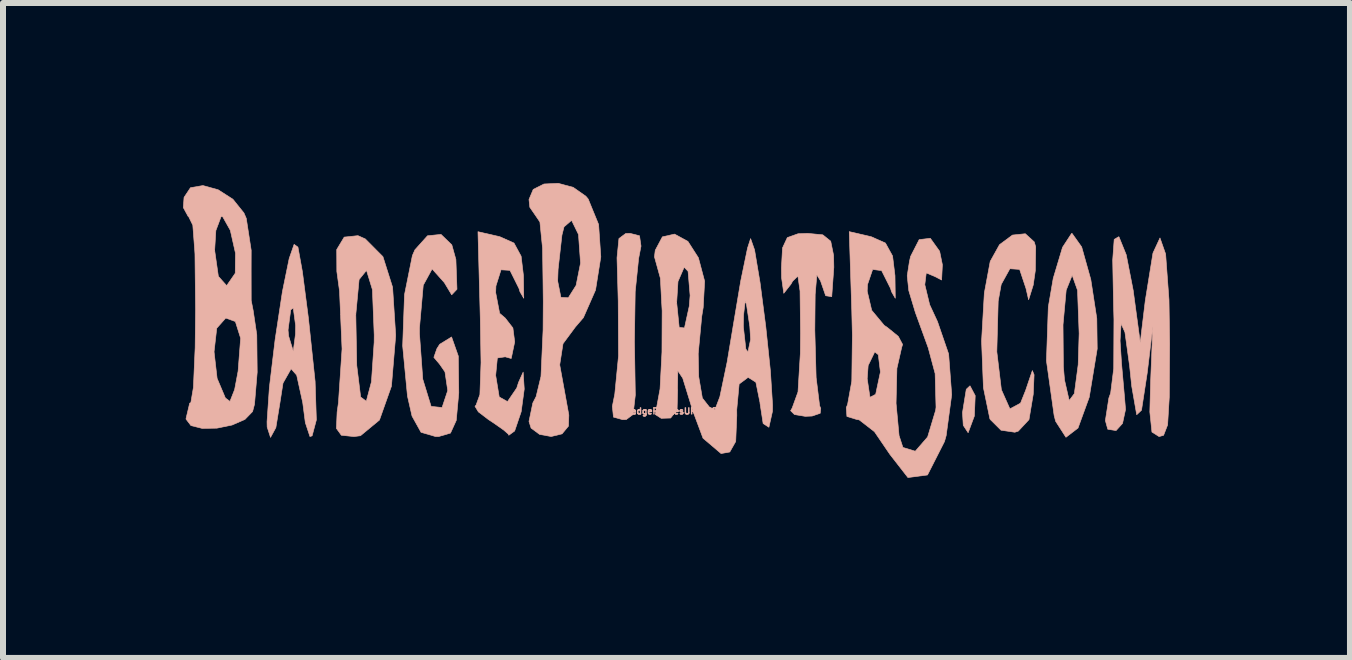
<source format=kicad_pcb>
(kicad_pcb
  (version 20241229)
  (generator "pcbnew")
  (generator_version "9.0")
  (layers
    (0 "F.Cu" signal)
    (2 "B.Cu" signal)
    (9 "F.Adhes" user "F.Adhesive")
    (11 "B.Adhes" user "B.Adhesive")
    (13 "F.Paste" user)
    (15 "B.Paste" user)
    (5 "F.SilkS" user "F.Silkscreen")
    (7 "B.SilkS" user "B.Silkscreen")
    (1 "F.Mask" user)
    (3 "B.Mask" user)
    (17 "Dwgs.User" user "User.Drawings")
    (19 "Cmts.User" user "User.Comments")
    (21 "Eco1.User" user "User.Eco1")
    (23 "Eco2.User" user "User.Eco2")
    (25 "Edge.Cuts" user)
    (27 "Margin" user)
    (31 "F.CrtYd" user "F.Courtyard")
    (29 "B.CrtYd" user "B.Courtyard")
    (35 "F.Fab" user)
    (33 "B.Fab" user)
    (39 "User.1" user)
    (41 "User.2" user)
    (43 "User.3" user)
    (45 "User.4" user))
  (footprint "BadgePiratesURL_BSLK"
    (layer "F.Cu")
    (at 8.226 2.532)
    (property "Reference" "BadgePiratesURL_BSLK" (at 0 1.27 0) (layer "B.SilkS") (effects (font (size 0.1 0.1) (thickness 0.025))))
    (attr through_hole)
    (fp_poly (pts (xy 4.975 1.011) (xy 4.961 1.35) (xy 4.857 1.629) (xy 4.776 1.506) (xy 4.763 1.294) (xy 4.826 0.905) (xy 4.888 0.847) (xy 4.975 1.011)) (stroke (width 0.01) (type solid)) (fill yes) (layer "B.SilkS"))
    (fp_poly (pts (xy -0.619 -1.653) (xy -0.594 -1.481) (xy -0.634 -1.275) (xy -0.691 -0.72) (xy -0.704 0.115) (xy -0.701 0.277) (xy -0.689 1.001) (xy -0.726 1.324) (xy -0.839 1.409) (xy -0.901 1.411) (xy -1.053 1.369) (xy -1.072 1.19) (xy -1.031 0.985) (xy -0.969 0.349) (xy -0.974 -0.567) (xy -0.994 -1.286) (xy -0.962 -1.607) (xy -0.849 -1.691) (xy -0.776 -1.693) (xy -0.619 -1.653)) (stroke (width 0.01) (type solid)) (fill yes) (layer "B.SilkS"))
    (fp_poly (pts (xy 6.749 -1.467) (xy 6.901 -0.925) (xy 7.001 -0.274) (xy 7.008 0.23) (xy 6.875 1.038) (xy 6.688 1.551) (xy 6.487 1.705) (xy 6.315 1.438) (xy 6.29 1.341) (xy 6.162 0.429) (xy 6.183 -0.169) (xy 6.438 -0.169) (xy 6.444 0.526) (xy 6.463 0.75) (xy 6.541 1.092) (xy 6.627 0.977) (xy 6.691 0.495) (xy 6.707 -0.024) (xy 6.68 -0.745) (xy 6.594 -0.987) (xy 6.588 -0.988) (xy 6.491 -0.747) (xy 6.438 -0.169) (xy 6.183 -0.169) (xy 6.193 -0.466) (xy 6.275 -0.943) (xy 6.43 -1.461) (xy 6.581 -1.692) (xy 6.588 -1.693) (xy 6.749 -1.467)) (stroke (width 0.01) (type solid)) (fill yes) (layer "B.SilkS"))
    (fp_poly (pts (xy 5.959 -1.551) (xy 5.983 -1.468) (xy 5.977 -1.075) (xy 5.942 -0.833) (xy 5.865 -0.587) (xy 5.821 -0.776) (xy 5.715 -1.093) (xy 5.553 -1.104) (xy 5.408 -0.842) (xy 5.358 -0.564) (xy 5.335 0.279) (xy 5.411 0.912) (xy 5.553 1.231) (xy 5.73 1.136) (xy 5.815 0.924) (xy 5.927 0.593) (xy 5.956 0.663) (xy 5.942 0.988) (xy 5.871 1.411) (xy 5.692 1.603) (xy 5.635 1.621) (xy 5.405 1.587) (xy 5.226 1.409) (xy 5.219 1.396) (xy 5.112 0.879) (xy 5.081 0.102) (xy 5.127 -0.699) (xy 5.225 -1.226) (xy 5.38 -1.505) (xy 5.596 -1.665) (xy 5.81 -1.687) (xy 5.959 -1.551)) (stroke (width 0.01) (type solid)) (fill yes) (layer "B.SilkS"))
    (fp_poly (pts (xy -6.311 -1.464) (xy -6.237 -1.055) (xy -6.137 -0.284) (xy -6.025 0.774) (xy -6.004 1.415) (xy -6.075 1.681) (xy -6.111 1.693) (xy -6.188 1.461) (xy -6.231 1.129) (xy -6.332 0.67) (xy -6.425 0.564) (xy -6.56 0.802) (xy -6.611 1.129) (xy -6.679 1.544) (xy -6.768 1.707) (xy -6.824 1.534) (xy -6.826 1.446) (xy -6.787 0.875) (xy -6.691 0.074) (xy -6.667 -0.082) (xy -6.476 -0.082) (xy -6.466 0.02) (xy -6.389 0.27) (xy -6.352 -0.015) (xy -6.35 -0.158) (xy -6.389 -0.448) (xy -6.431 -0.42) (xy -6.476 -0.082) (xy -6.667 -0.082) (xy -6.57 -0.721) (xy -6.457 -1.274) (xy -6.457 -1.274) (xy -6.375 -1.51) (xy -6.311 -1.464)) (stroke (width 0.01) (type solid)) (fill yes) (layer "B.SilkS"))
    (fp_poly (pts (xy -5.189 -1.601) (xy -4.895 -1.305) (xy -4.734 -0.796) (xy -4.683 -0.006) (xy -4.683 0.019) (xy -4.753 0.854) (xy -4.953 1.418) (xy -5.269 1.679) (xy -5.378 1.693) (xy -5.588 1.671) (xy -5.67 1.557) (xy -5.658 1.283) (xy -5.636 1.129) (xy -5.576 0.233) (xy -5.601 -0.339) (xy -5.347 -0.339) (xy -5.331 0.508) (xy -5.266 1.034) (xy -5.172 1.104) (xy -5.086 0.78) (xy -5.041 0.122) (xy -5.04 0) (xy -5.07 -0.755) (xy -5.165 -1.065) (xy -5.173 -1.071) (xy -5.292 -0.924) (xy -5.347 -0.339) (xy -5.601 -0.339) (xy -5.618 -0.731) (xy -5.663 -1.06) (xy -5.665 -1.423) (xy -5.54 -1.631) (xy -5.311 -1.655) (xy -5.189 -1.601)) (stroke (width 0.01) (type solid)) (fill yes) (layer "B.SilkS"))
    (fp_poly (pts (xy 2.435 -1.669) (xy 2.567 -1.563) (xy 2.615 -1.327) (xy 2.619 -1.129) (xy 2.584 -0.638) (xy 2.483 -0.654) (xy 2.397 -0.903) (xy 2.336 -1.001) (xy 2.308 -0.675) (xy 2.302 -0.08) (xy 2.324 0.709) (xy 2.382 1.179) (xy 2.401 1.224) (xy 2.392 1.305) (xy 2.257 1.351) (xy 2.143 1.356) (xy 1.963 1.326) (xy 1.899 1.262) (xy 1.925 1.217) (xy 2.022 0.949) (xy 2.061 0.307) (xy 2.064 -0.031) (xy 2.056 -0.732) (xy 2.02 -0.982) (xy 1.932 -0.896) (xy 1.905 -0.847) (xy 1.785 -0.694) (xy 1.748 -0.956) (xy 1.746 -1.119) (xy 1.764 -1.451) (xy 1.844 -1.623) (xy 2.023 -1.687) (xy 2.183 -1.693) (xy 2.435 -1.669)) (stroke (width 0.01) (type solid)) (fill yes) (layer "B.SilkS"))
    (fp_poly (pts (xy -3.747 -1.502) (xy -3.679 -1.258) (xy -3.661 -0.762) (xy -3.749 -0.669) (xy -3.871 -0.872) (xy -4.075 -1.1) (xy -4.223 -0.829) (xy -4.286 -0.117) (xy -4.286 -0.019) (xy -4.231 0.737) (xy -4.092 1.19) (xy -3.91 1.209) (xy -3.909 1.208) (xy -3.815 0.926) (xy -3.861 0.615) (xy -3.949 0.488) (xy -4.046 0.373) (xy -3.996 0.229) (xy -3.949 0.155) (xy -3.751 0.033) (xy -3.639 0.351) (xy -3.631 0.966) (xy -3.673 1.424) (xy -3.769 1.635) (xy -3.964 1.692) (xy -4.016 1.693) (xy -4.26 1.622) (xy -4.41 1.352) (xy -4.486 1.018) (xy -4.566 0.181) (xy -4.535 -0.673) (xy -4.404 -1.323) (xy -4.362 -1.419) (xy -4.152 -1.653) (xy -3.927 -1.676) (xy -3.747 -1.502)) (stroke (width 0.01) (type solid)) (fill yes) (layer "B.SilkS"))
    (fp_poly (pts (xy -2.946 -1.637) (xy -2.711 -1.532) (xy -2.592 -1.313) (xy -2.553 -0.988) (xy -2.548 -0.612) (xy -2.611 -0.72) (xy -2.628 -0.776) (xy -2.778 -1.077) (xy -2.927 -1.086) (xy -3.012 -0.816) (xy -3.016 -0.706) (xy -2.95 -0.361) (xy -2.857 -0.282) (xy -2.729 -0.117) (xy -2.699 0.115) (xy -2.757 0.392) (xy -2.857 0.364) (xy -2.988 0.383) (xy -3.016 0.673) (xy -2.957 1.033) (xy -2.819 1.11) (xy -2.665 0.884) (xy -2.635 0.79) (xy -2.558 0.619) (xy -2.54 0.901) (xy -2.591 1.279) (xy -2.7 1.6) (xy -2.797 1.671) (xy -2.804 1.653) (xy -2.883 1.584) (xy -3.063 1.458) (xy -3.135 1.411) (xy -3.305 1.281) (xy -3.361 1.188) (xy -3.343 1.169) (xy -3.279 0.993) (xy -3.26 0.461) (xy -3.273 -0.296) (xy -3.311 -1.721) (xy -2.946 -1.637)) (stroke (width 0.01) (type solid)) (fill yes) (layer "B.SilkS"))
    (fp_poly (pts (xy 7.371 -1.634) (xy 7.492 -1.335) (xy 7.609 -0.736) (xy 7.612 -0.71) (xy 7.725 0.126) (xy 7.809 -0.572) (xy 7.937 -1.365) (xy 8.054 -1.617) (xy 8.148 -1.349) (xy 8.204 -0.585) (xy 8.215 0.145) (xy 8.209 1.036) (xy 8.181 1.499) (xy 8.114 1.672) (xy 8.039 1.693) (xy 7.92 1.618) (xy 7.885 1.283) (xy 7.898 0.776) (xy 7.935 -0.141) (xy 7.841 0.635) (xy 7.746 1.254) (xy 7.666 1.329) (xy 7.583 0.853) (xy 7.548 0.519) (xy 7.47 -0.045) (xy 7.406 -0.189) (xy 7.389 0.097) (xy 7.413 0.473) (xy 7.463 1.037) (xy 7.48 1.242) (xy 7.43 1.474) (xy 7.322 1.593) (xy 7.184 1.571) (xy 7.144 1.426) (xy 7.202 1.051) (xy 7.232 0.968) (xy 7.283 0.558) (xy 7.287 -0.259) (xy 7.281 -0.474) (xy 7.266 -1.248) (xy 7.291 -1.593) (xy 7.366 -1.637) (xy 7.371 -1.634)) (stroke (width 0.01) (type solid)) (fill yes) (layer "B.SilkS"))
    (fp_poly (pts (xy -1.724 -2.46) (xy -1.514 -2.313) (xy -1.474 -2.265) (xy -1.301 -1.842) (xy -1.264 -1.301) (xy -1.352 -0.749) (xy -1.554 -0.289) (xy -1.688 -0.133) (xy -1.894 0.145) (xy -1.949 0.498) (xy -1.87 0.931) (xy -1.797 1.334) (xy -1.803 1.519) (xy -1.91 1.648) (xy -2.091 1.692) (xy -2.284 1.657) (xy -2.426 1.552) (xy -2.461 1.441) (xy -2.397 1.133) (xy -2.342 1.027) (xy -2.261 0.691) (xy -2.226 -0.083) (xy -2.223 -0.556) (xy -2.227 -0.898) (xy -1.983 -0.898) (xy -1.929 -0.627) (xy -1.806 -0.62) (xy -1.676 -0.826) (xy -1.602 -1.197) (xy -1.602 -1.2) (xy -1.636 -1.675) (xy -1.751 -1.91) (xy -1.877 -1.802) (xy -1.912 -1.664) (xy -1.976 -1.093) (xy -1.983 -0.898) (xy -2.227 -0.898) (xy -2.235 -1.446) (xy -2.279 -1.883) (xy -2.342 -1.976) (xy -2.447 -2.128) (xy -2.461 -2.258) (xy -2.39 -2.426) (xy -2.211 -2.516) (xy -1.973 -2.527) (xy -1.724 -2.46)) (stroke (width 0.01) (type solid)) (fill yes) (layer "B.SilkS"))
    (fp_poly (pts (xy -7.641 -2.42) (xy -7.395 -2.262) (xy -7.211 -2.033) (xy -7.172 -1.943) (xy -7.09 -1.411) (xy -7.091 -1.078) (xy -7.09 -0.575) (xy -7.057 -0.407) (xy -6.997 -0.003) (xy -6.99 0.62) (xy -7.035 1.155) (xy -7.067 1.276) (xy -7.194 1.407) (xy -7.409 1.501) (xy -7.662 1.553) (xy -7.907 1.557) (xy -8.094 1.51) (xy -8.175 1.404) (xy -8.176 1.393) (xy -8.115 1.136) (xy -8.096 1.129) (xy -8.053 0.874) (xy -8.027 0.28) (xy -7.709 0.28) (xy -7.658 0.724) (xy -7.52 1.05) (xy -7.444 1.107) (xy -7.366 0.909) (xy -7.308 0.602) (xy -7.266 0.054) (xy -7.354 -0.224) (xy -7.514 -0.282) (xy -7.664 -0.113) (xy -7.709 0.28) (xy -8.027 0.28) (xy -8.024 0.215) (xy -8.017 -0.423) (xy -8.027 -1.35) (xy -8.031 -1.411) (xy -7.699 -1.411) (xy -7.637 -0.977) (xy -7.499 -0.822) (xy -7.358 -1.026) (xy -7.356 -1.032) (xy -7.352 -1.363) (xy -7.438 -1.744) (xy -7.564 -1.968) (xy -7.59 -1.976) (xy -7.679 -1.74) (xy -7.699 -1.411) (xy -8.031 -1.411) (xy -8.063 -1.83) (xy -8.134 -1.975) (xy -8.141 -1.976) (xy -8.221 -2.123) (xy -8.209 -2.293) (xy -8.102 -2.454) (xy -7.894 -2.49) (xy -7.641 -2.42)) (stroke (width 0.01) (type solid)) (fill yes) (layer "B.SilkS"))
    (fp_poly (pts (xy 3.243 -1.637) (xy 3.479 -1.532) (xy 3.598 -1.316) (xy 3.638 -0.988) (xy 3.643 -0.612) (xy 3.581 -0.72) (xy 3.564 -0.776) (xy 3.415 -1.073) (xy 3.266 -1.092) (xy 3.18 -0.84) (xy 3.175 -0.73) (xy 3.25 -0.411) (xy 3.458 -0.161) (xy 3.512 -0.124) (xy 3.693 0.023) (xy 3.765 0.158) (xy 3.75 0.206) (xy 3.67 0.556) (xy 3.656 1.138) (xy 3.706 1.677) (xy 3.77 1.874) (xy 3.976 1.937) (xy 4.182 1.7) (xy 4.316 1.254) (xy 4.322 1.204) (xy 4.307 0.643) (xy 4.192 0.214) (xy 3.977 -0.377) (xy 3.868 -0.74) (xy 3.842 -0.986) (xy 3.879 -1.225) (xy 3.898 -1.309) (xy 4.041 -1.589) (xy 4.227 -1.611) (xy 4.382 -1.395) (xy 4.428 -1.17) (xy 4.415 -0.916) (xy 4.296 -0.977) (xy 4.159 -1.034) (xy 4.135 -0.838) (xy 4.216 -0.504) (xy 4.346 -0.224) (xy 4.532 0.317) (xy 4.583 0.996) (xy 4.491 1.677) (xy 4.463 1.776) (xy 4.18 2.333) (xy 3.854 2.376) (xy 3.552 1.988) (xy 3.296 1.612) (xy 3.042 1.415) (xy 2.997 1.407) (xy 2.837 1.358) (xy 2.826 1.212) (xy 2.849 1.154) (xy 2.918 0.772) (xy 2.919 0.729) (xy 3.175 0.729) (xy 3.221 1.038) (xy 3.316 0.989) (xy 3.395 0.617) (xy 3.36 0.329) (xy 3.301 0.282) (xy 3.191 0.509) (xy 3.175 0.729) (xy 2.919 0.729) (xy 2.928 0.006) (xy 2.918 -0.408) (xy 2.876 -1.722) (xy 3.243 -1.637)) (stroke (width 0.01) (type solid)) (fill yes) (layer "B.SilkS"))
    (fp_poly (pts (xy 0.187 -1.56) (xy 0.362 -1.287) (xy 0.466 -0.896) (xy 0.442 -0.457) (xy 0.418 -0.311) (xy 0.359 0.312) (xy 0.367 0.694) (xy 0.428 1.051) (xy 0.547 1.203) (xy 0.639 1.242) (xy 0.72 1.029) (xy 0.841 0.452) (xy 0.937 -0.122) (xy 0.94 -0.141) (xy 1.111 -0.141) (xy 1.153 0.235) (xy 1.188 0.282) (xy 1.232 0.075) (xy 1.219 -0.141) (xy 1.163 -0.512) (xy 1.142 -0.564) (xy 1.115 -0.334) (xy 1.111 -0.141) (xy 0.94 -0.141) (xy 1.068 -0.903) (xy 1.181 -1.448) (xy 1.232 -1.606) (xy 1.298 -1.418) (xy 1.39 -0.87) (xy 1.485 -0.138) (xy 1.562 0.6) (xy 1.598 1.167) (xy 1.597 1.27) (xy 1.537 1.538) (xy 1.441 1.476) (xy 1.389 1.138) (xy 1.389 1.129) (xy 1.32 0.788) (xy 1.191 0.706) (xy 1.041 0.818) (xy 1.001 1.247) (xy 1.002 1.341) (xy 0.984 1.775) (xy 0.885 1.95) (xy 0.74 1.976) (xy 0.439 1.72) (xy 0.271 1.27) (xy 0.101 0.719) (xy 0.019 0.597) (xy 0.014 0.889) (xy 0.016 0.917) (xy 0.007 1.25) (xy -0.101 1.384) (xy -0.258 1.389) (xy -0.358 1.324) (xy -0.337 1.224) (xy -0.277 0.9) (xy -0.245 0.286) (xy -0.242 -0.402) (xy -0.25 -0.541) (xy 0 -0.541) (xy 0.042 -0.127) (xy 0.13 -0.117) (xy 0.21 -0.48) (xy 0.224 -0.658) (xy 0.19 -1.061) (xy 0.125 -1.129) (xy 0.022 -0.891) (xy 0 -0.541) (xy -0.25 -0.541) (xy -0.271 -0.944) (xy -0.322 -1.129) (xy -0.37 -1.302) (xy -0.357 -1.411) (xy -0.238 -1.635) (xy -0.035 -1.681) (xy 0.187 -1.56)) (stroke (width 0.01) (type solid)) (fill yes) (layer "B.SilkS")))
  (gr_rect
    (start -3 -3)
    (end 19.446 7.914)
    (stroke (width 0.1) (type default))
    (fill no)
    (layer "Edge.Cuts")))
</source>
